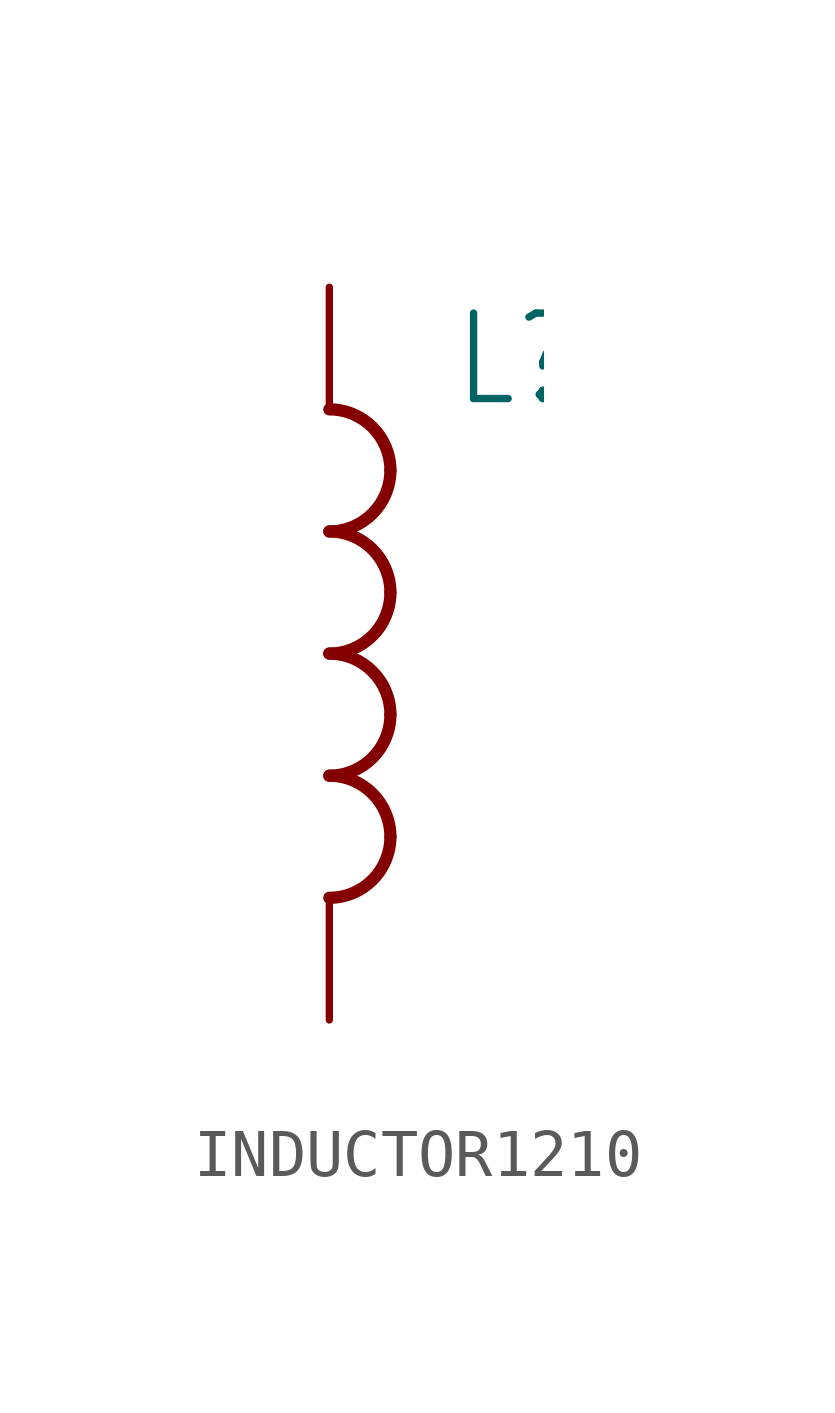
<source format=kicad_sym>
(kicad_symbol_lib
  (version 20220914)
  (generator kicad_symbol_editor)
  (symbol "INDUCTOR1210"
    (property "Reference" "L"
      (at 2.54 5.08 0)
      (effects (font (size 1.778 1.511)) (justify left bottom)))
    (property "Value" ""
      (at 2.54 -5.08 0)
      (effects (font (size 1.778 1.511)) (justify left bottom)))
    (property "ki_locked" ""
      (at 0 0 0)
      (effects (font (size 1.27 1.27))))
    (symbol "INDUCTOR1210_1_0"
      (arc (start 0 -5.08) (mid 0.898 -4.708) (end 1.27 -3.81) (stroke (width 0.254) (type solid)) (fill (type none)))
      (arc (start 0 -2.54) (mid 0.898 -2.168) (end 1.27 -1.27) (stroke (width 0.254) (type solid)) (fill (type none)))
      (arc (start 0 0) (mid 0.898 0.372) (end 1.27 1.27) (stroke (width 0.254) (type solid)) (fill (type none)))
      (arc (start 0 2.54) (mid 0.898 2.912) (end 1.27 3.81) (stroke (width 0.254) (type solid)) (fill (type none)))
      (arc (start 1.27 -3.81) (mid 0.898 -2.912) (end 0 -2.54) (stroke (width 0.254) (type solid)) (fill (type none)))
      (arc (start 1.27 -1.27) (mid 0.898 -0.372) (end 0 0) (stroke (width 0.254) (type solid)) (fill (type none)))
      (arc (start 1.27 1.27) (mid 0.898 2.168) (end 0 2.54) (stroke (width 0.254) (type solid)) (fill (type none)))
      (arc (start 1.27 3.81) (mid 0.898 4.708) (end 0 5.08) (stroke (width 0.254) (type solid)) (fill (type none)))
      (pin passive line (at 0 7.62 270) (length 2.54) (name "1" (effects (font (size 0 0)))) (number "1" (effects (font (size 0 0)))))
      (pin passive line (at 0 -7.62 90) (length 2.54) (name "2" (effects (font (size 0 0)))) (number "2" (effects (font (size 0 0))))))))
</source>
